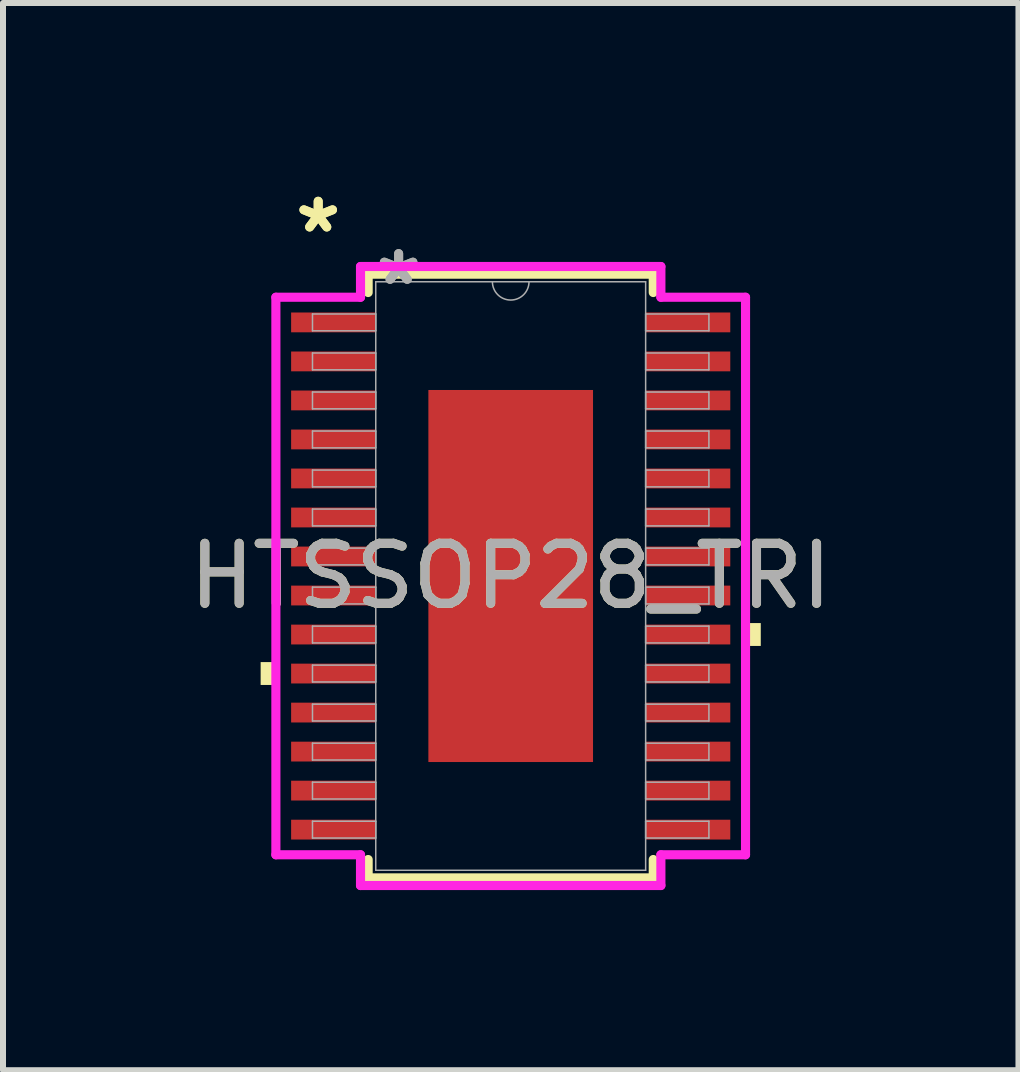
<source format=kicad_pcb>
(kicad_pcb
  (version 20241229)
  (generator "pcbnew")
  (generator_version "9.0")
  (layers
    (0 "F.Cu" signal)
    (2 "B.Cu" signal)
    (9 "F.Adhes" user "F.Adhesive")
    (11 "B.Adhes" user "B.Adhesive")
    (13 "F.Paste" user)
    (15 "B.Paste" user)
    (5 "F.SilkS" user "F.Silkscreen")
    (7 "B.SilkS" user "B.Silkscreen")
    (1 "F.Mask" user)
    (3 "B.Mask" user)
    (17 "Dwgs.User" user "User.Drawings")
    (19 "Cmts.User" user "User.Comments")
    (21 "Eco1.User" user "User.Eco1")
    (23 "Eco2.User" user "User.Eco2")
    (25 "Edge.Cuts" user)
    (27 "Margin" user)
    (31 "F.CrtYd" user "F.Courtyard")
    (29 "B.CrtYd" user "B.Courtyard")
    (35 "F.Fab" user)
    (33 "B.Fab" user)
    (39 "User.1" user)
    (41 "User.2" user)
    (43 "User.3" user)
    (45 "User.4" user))
  (footprint "HTSSOP28_TRI"
    (layer "F.Cu")
    (at 5.458 6.546)
    (property "Reference" "HTSSOP28_TRI" (at 0 0 0) (unlocked yes) (layer "F.SilkS") (effects (font (size 1 1) (thickness 0.15))))
    (attr smd)
    (fp_line (start -2.375 -5.029) (end -2.375 -4.723) (stroke (width 0.152) (type solid)) (layer "F.SilkS"))
    (fp_line (start -2.375 4.723) (end -2.375 5.029) (stroke (width 0.152) (type solid)) (layer "F.SilkS"))
    (fp_line (start -2.375 5.029) (end 2.375 5.029) (stroke (width 0.152) (type solid)) (layer "F.SilkS"))
    (fp_line (start 2.375 -5.029) (end -2.375 -5.029) (stroke (width 0.152) (type solid)) (layer "F.SilkS"))
    (fp_line (start 2.375 -4.723) (end 2.375 -5.029) (stroke (width 0.152) (type solid)) (layer "F.SilkS"))
    (fp_line (start 2.375 5.029) (end 2.375 4.723) (stroke (width 0.152) (type solid)) (layer "F.SilkS"))
    (fp_poly (pts (xy -4.166 1.434) (xy -4.166 1.815) (xy -3.912 1.815) (xy -3.912 1.434)) (stroke (width 0) (type solid)) (fill yes) (layer "F.SilkS"))
    (fp_poly (pts (xy 4.166 0.784) (xy 4.166 1.165) (xy 3.912 1.165) (xy 3.912 0.784)) (stroke (width 0) (type solid)) (fill yes) (layer "F.SilkS"))
    (fp_poly (pts (xy -1.272 -2.999) (xy -1.272 -1.649) (xy -0.1 -1.649) (xy -0.1 -2.999)) (stroke (width 0) (type solid)) (fill yes) (layer "F.Paste"))
    (fp_poly (pts (xy -1.272 -1.449) (xy -1.272 -0.1) (xy -0.1 -0.1) (xy -0.1 -1.449)) (stroke (width 0) (type solid)) (fill yes) (layer "F.Paste"))
    (fp_poly (pts (xy -1.272 0.1) (xy -1.272 1.449) (xy -0.1 1.449) (xy -0.1 0.1)) (stroke (width 0) (type solid)) (fill yes) (layer "F.Paste"))
    (fp_poly (pts (xy -1.272 1.649) (xy -1.272 2.999) (xy -0.1 2.999) (xy -0.1 1.649)) (stroke (width 0) (type solid)) (fill yes) (layer "F.Paste"))
    (fp_poly (pts (xy 0.1 -2.999) (xy 0.1 -1.649) (xy 1.272 -1.649) (xy 1.272 -2.999)) (stroke (width 0) (type solid)) (fill yes) (layer "F.Paste"))
    (fp_poly (pts (xy 0.1 -1.449) (xy 0.1 -0.1) (xy 1.272 -0.1) (xy 1.272 -1.449)) (stroke (width 0) (type solid)) (fill yes) (layer "F.Paste"))
    (fp_poly (pts (xy 0.1 0.1) (xy 0.1 1.449) (xy 1.272 1.449) (xy 1.272 0.1)) (stroke (width 0) (type solid)) (fill yes) (layer "F.Paste"))
    (fp_poly (pts (xy 0.1 1.649) (xy 0.1 2.999) (xy 1.272 2.999) (xy 1.272 1.649)) (stroke (width 0) (type solid)) (fill yes) (layer "F.Paste"))
    (fp_line (start -3.912 -4.644) (end -2.502 -4.644) (stroke (width 0.152) (type solid)) (layer "F.CrtYd"))
    (fp_line (start -3.912 4.644) (end -3.912 -4.644) (stroke (width 0.152) (type solid)) (layer "F.CrtYd"))
    (fp_line (start -3.912 4.644) (end -2.502 4.644) (stroke (width 0.152) (type solid)) (layer "F.CrtYd"))
    (fp_line (start -2.502 -5.156) (end 2.502 -5.156) (stroke (width 0.152) (type solid)) (layer "F.CrtYd"))
    (fp_line (start -2.502 -4.644) (end -2.502 -5.156) (stroke (width 0.152) (type solid)) (layer "F.CrtYd"))
    (fp_line (start -2.502 5.156) (end -2.502 4.644) (stroke (width 0.152) (type solid)) (layer "F.CrtYd"))
    (fp_line (start 2.502 -5.156) (end 2.502 -4.644) (stroke (width 0.152) (type solid)) (layer "F.CrtYd"))
    (fp_line (start 2.502 4.644) (end 2.502 5.156) (stroke (width 0.152) (type solid)) (layer "F.CrtYd"))
    (fp_line (start 2.502 5.156) (end -2.502 5.156) (stroke (width 0.152) (type solid)) (layer "F.CrtYd"))
    (fp_line (start 3.912 -4.644) (end 2.502 -4.644) (stroke (width 0.152) (type solid)) (layer "F.CrtYd"))
    (fp_line (start 3.912 -4.644) (end 3.912 4.644) (stroke (width 0.152) (type solid)) (layer "F.CrtYd"))
    (fp_line (start 3.912 4.644) (end 2.502 4.644) (stroke (width 0.152) (type solid)) (layer "F.CrtYd"))
    (fp_line (start -3.302 -4.365) (end -3.302 -4.085) (stroke (width 0.025) (type solid)) (layer "F.Fab"))
    (fp_line (start -3.302 -4.085) (end -2.248 -4.085) (stroke (width 0.025) (type solid)) (layer "F.Fab"))
    (fp_line (start -3.302 -3.715) (end -3.302 -3.435) (stroke (width 0.025) (type solid)) (layer "F.Fab"))
    (fp_line (start -3.302 -3.435) (end -2.248 -3.435) (stroke (width 0.025) (type solid)) (layer "F.Fab"))
    (fp_line (start -3.302 -3.065) (end -3.302 -2.785) (stroke (width 0.025) (type solid)) (layer "F.Fab"))
    (fp_line (start -3.302 -2.785) (end -2.248 -2.785) (stroke (width 0.025) (type solid)) (layer "F.Fab"))
    (fp_line (start -3.302 -2.415) (end -3.302 -2.135) (stroke (width 0.025) (type solid)) (layer "F.Fab"))
    (fp_line (start -3.302 -2.135) (end -2.248 -2.135) (stroke (width 0.025) (type solid)) (layer "F.Fab"))
    (fp_line (start -3.302 -1.765) (end -3.302 -1.485) (stroke (width 0.025) (type solid)) (layer "F.Fab"))
    (fp_line (start -3.302 -1.485) (end -2.248 -1.485) (stroke (width 0.025) (type solid)) (layer "F.Fab"))
    (fp_line (start -3.302 -1.115) (end -3.302 -0.835) (stroke (width 0.025) (type solid)) (layer "F.Fab"))
    (fp_line (start -3.302 -0.835) (end -2.248 -0.835) (stroke (width 0.025) (type solid)) (layer "F.Fab"))
    (fp_line (start -3.302 -0.465) (end -3.302 -0.185) (stroke (width 0.025) (type solid)) (layer "F.Fab"))
    (fp_line (start -3.302 -0.185) (end -2.248 -0.185) (stroke (width 0.025) (type solid)) (layer "F.Fab"))
    (fp_line (start -3.302 0.185) (end -3.302 0.465) (stroke (width 0.025) (type solid)) (layer "F.Fab"))
    (fp_line (start -3.302 0.465) (end -2.248 0.465) (stroke (width 0.025) (type solid)) (layer "F.Fab"))
    (fp_line (start -3.302 0.835) (end -3.302 1.115) (stroke (width 0.025) (type solid)) (layer "F.Fab"))
    (fp_line (start -3.302 1.115) (end -2.248 1.115) (stroke (width 0.025) (type solid)) (layer "F.Fab"))
    (fp_line (start -3.302 1.485) (end -3.302 1.765) (stroke (width 0.025) (type solid)) (layer "F.Fab"))
    (fp_line (start -3.302 1.765) (end -2.248 1.765) (stroke (width 0.025) (type solid)) (layer "F.Fab"))
    (fp_line (start -3.302 2.135) (end -3.302 2.415) (stroke (width 0.025) (type solid)) (layer "F.Fab"))
    (fp_line (start -3.302 2.415) (end -2.248 2.415) (stroke (width 0.025) (type solid)) (layer "F.Fab"))
    (fp_line (start -3.302 2.785) (end -3.302 3.065) (stroke (width 0.025) (type solid)) (layer "F.Fab"))
    (fp_line (start -3.302 3.065) (end -2.248 3.065) (stroke (width 0.025) (type solid)) (layer "F.Fab"))
    (fp_line (start -3.302 3.435) (end -3.302 3.715) (stroke (width 0.025) (type solid)) (layer "F.Fab"))
    (fp_line (start -3.302 3.715) (end -2.248 3.715) (stroke (width 0.025) (type solid)) (layer "F.Fab"))
    (fp_line (start -3.302 4.085) (end -3.302 4.365) (stroke (width 0.025) (type solid)) (layer "F.Fab"))
    (fp_line (start -3.302 4.365) (end -2.248 4.365) (stroke (width 0.025) (type solid)) (layer "F.Fab"))
    (fp_line (start -2.248 -4.902) (end -2.248 4.902) (stroke (width 0.025) (type solid)) (layer "F.Fab"))
    (fp_line (start -2.248 -4.365) (end -3.302 -4.365) (stroke (width 0.025) (type solid)) (layer "F.Fab"))
    (fp_line (start -2.248 -4.085) (end -2.248 -4.365) (stroke (width 0.025) (type solid)) (layer "F.Fab"))
    (fp_line (start -2.248 -3.715) (end -3.302 -3.715) (stroke (width 0.025) (type solid)) (layer "F.Fab"))
    (fp_line (start -2.248 -3.435) (end -2.248 -3.715) (stroke (width 0.025) (type solid)) (layer "F.Fab"))
    (fp_line (start -2.248 -3.065) (end -3.302 -3.065) (stroke (width 0.025) (type solid)) (layer "F.Fab"))
    (fp_line (start -2.248 -2.785) (end -2.248 -3.065) (stroke (width 0.025) (type solid)) (layer "F.Fab"))
    (fp_line (start -2.248 -2.415) (end -3.302 -2.415) (stroke (width 0.025) (type solid)) (layer "F.Fab"))
    (fp_line (start -2.248 -2.135) (end -2.248 -2.415) (stroke (width 0.025) (type solid)) (layer "F.Fab"))
    (fp_line (start -2.248 -1.765) (end -3.302 -1.765) (stroke (width 0.025) (type solid)) (layer "F.Fab"))
    (fp_line (start -2.248 -1.485) (end -2.248 -1.765) (stroke (width 0.025) (type solid)) (layer "F.Fab"))
    (fp_line (start -2.248 -1.115) (end -3.302 -1.115) (stroke (width 0.025) (type solid)) (layer "F.Fab"))
    (fp_line (start -2.248 -0.835) (end -2.248 -1.115) (stroke (width 0.025) (type solid)) (layer "F.Fab"))
    (fp_line (start -2.248 -0.465) (end -3.302 -0.465) (stroke (width 0.025) (type solid)) (layer "F.Fab"))
    (fp_line (start -2.248 -0.185) (end -2.248 -0.465) (stroke (width 0.025) (type solid)) (layer "F.Fab"))
    (fp_line (start -2.248 0.185) (end -3.302 0.185) (stroke (width 0.025) (type solid)) (layer "F.Fab"))
    (fp_line (start -2.248 0.465) (end -2.248 0.185) (stroke (width 0.025) (type solid)) (layer "F.Fab"))
    (fp_line (start -2.248 0.835) (end -3.302 0.835) (stroke (width 0.025) (type solid)) (layer "F.Fab"))
    (fp_line (start -2.248 1.115) (end -2.248 0.835) (stroke (width 0.025) (type solid)) (layer "F.Fab"))
    (fp_line (start -2.248 1.485) (end -3.302 1.485) (stroke (width 0.025) (type solid)) (layer "F.Fab"))
    (fp_line (start -2.248 1.765) (end -2.248 1.485) (stroke (width 0.025) (type solid)) (layer "F.Fab"))
    (fp_line (start -2.248 2.135) (end -3.302 2.135) (stroke (width 0.025) (type solid)) (layer "F.Fab"))
    (fp_line (start -2.248 2.415) (end -2.248 2.135) (stroke (width 0.025) (type solid)) (layer "F.Fab"))
    (fp_line (start -2.248 2.785) (end -3.302 2.785) (stroke (width 0.025) (type solid)) (layer "F.Fab"))
    (fp_line (start -2.248 3.065) (end -2.248 2.785) (stroke (width 0.025) (type solid)) (layer "F.Fab"))
    (fp_line (start -2.248 3.435) (end -3.302 3.435) (stroke (width 0.025) (type solid)) (layer "F.Fab"))
    (fp_line (start -2.248 3.715) (end -2.248 3.435) (stroke (width 0.025) (type solid)) (layer "F.Fab"))
    (fp_line (start -2.248 4.085) (end -3.302 4.085) (stroke (width 0.025) (type solid)) (layer "F.Fab"))
    (fp_line (start -2.248 4.365) (end -2.248 4.085) (stroke (width 0.025) (type solid)) (layer "F.Fab"))
    (fp_line (start -2.248 4.902) (end 2.248 4.902) (stroke (width 0.025) (type solid)) (layer "F.Fab"))
    (fp_line (start 2.248 -4.902) (end -2.248 -4.902) (stroke (width 0.025) (type solid)) (layer "F.Fab"))
    (fp_line (start 2.248 -4.365) (end 2.248 -4.085) (stroke (width 0.025) (type solid)) (layer "F.Fab"))
    (fp_line (start 2.248 -4.085) (end 3.302 -4.085) (stroke (width 0.025) (type solid)) (layer "F.Fab"))
    (fp_line (start 2.248 -3.715) (end 2.248 -3.435) (stroke (width 0.025) (type solid)) (layer "F.Fab"))
    (fp_line (start 2.248 -3.435) (end 3.302 -3.435) (stroke (width 0.025) (type solid)) (layer "F.Fab"))
    (fp_line (start 2.248 -3.065) (end 2.248 -2.785) (stroke (width 0.025) (type solid)) (layer "F.Fab"))
    (fp_line (start 2.248 -2.785) (end 3.302 -2.785) (stroke (width 0.025) (type solid)) (layer "F.Fab"))
    (fp_line (start 2.248 -2.415) (end 2.248 -2.135) (stroke (width 0.025) (type solid)) (layer "F.Fab"))
    (fp_line (start 2.248 -2.135) (end 3.302 -2.135) (stroke (width 0.025) (type solid)) (layer "F.Fab"))
    (fp_line (start 2.248 -1.765) (end 2.248 -1.485) (stroke (width 0.025) (type solid)) (layer "F.Fab"))
    (fp_line (start 2.248 -1.485) (end 3.302 -1.485) (stroke (width 0.025) (type solid)) (layer "F.Fab"))
    (fp_line (start 2.248 -1.115) (end 2.248 -0.835) (stroke (width 0.025) (type solid)) (layer "F.Fab"))
    (fp_line (start 2.248 -0.835) (end 3.302 -0.835) (stroke (width 0.025) (type solid)) (layer "F.Fab"))
    (fp_line (start 2.248 -0.465) (end 2.248 -0.185) (stroke (width 0.025) (type solid)) (layer "F.Fab"))
    (fp_line (start 2.248 -0.185) (end 3.302 -0.185) (stroke (width 0.025) (type solid)) (layer "F.Fab"))
    (fp_line (start 2.248 0.185) (end 2.248 0.465) (stroke (width 0.025) (type solid)) (layer "F.Fab"))
    (fp_line (start 2.248 0.465) (end 3.302 0.465) (stroke (width 0.025) (type solid)) (layer "F.Fab"))
    (fp_line (start 2.248 0.835) (end 2.248 1.115) (stroke (width 0.025) (type solid)) (layer "F.Fab"))
    (fp_line (start 2.248 1.115) (end 3.302 1.115) (stroke (width 0.025) (type solid)) (layer "F.Fab"))
    (fp_line (start 2.248 1.485) (end 2.248 1.765) (stroke (width 0.025) (type solid)) (layer "F.Fab"))
    (fp_line (start 2.248 1.765) (end 3.302 1.765) (stroke (width 0.025) (type solid)) (layer "F.Fab"))
    (fp_line (start 2.248 2.135) (end 2.248 2.415) (stroke (width 0.025) (type solid)) (layer "F.Fab"))
    (fp_line (start 2.248 2.415) (end 3.302 2.415) (stroke (width 0.025) (type solid)) (layer "F.Fab"))
    (fp_line (start 2.248 2.785) (end 2.248 3.065) (stroke (width 0.025) (type solid)) (layer "F.Fab"))
    (fp_line (start 2.248 3.065) (end 3.302 3.065) (stroke (width 0.025) (type solid)) (layer "F.Fab"))
    (fp_line (start 2.248 3.435) (end 2.248 3.715) (stroke (width 0.025) (type solid)) (layer "F.Fab"))
    (fp_line (start 2.248 3.715) (end 3.302 3.715) (stroke (width 0.025) (type solid)) (layer "F.Fab"))
    (fp_line (start 2.248 4.085) (end 2.248 4.365) (stroke (width 0.025) (type solid)) (layer "F.Fab"))
    (fp_line (start 2.248 4.365) (end 3.302 4.365) (stroke (width 0.025) (type solid)) (layer "F.Fab"))
    (fp_line (start 2.248 4.902) (end 2.248 -4.902) (stroke (width 0.025) (type solid)) (layer "F.Fab"))
    (fp_line (start 3.302 -4.365) (end 2.248 -4.365) (stroke (width 0.025) (type solid)) (layer "F.Fab"))
    (fp_line (start 3.302 -4.085) (end 3.302 -4.365) (stroke (width 0.025) (type solid)) (layer "F.Fab"))
    (fp_line (start 3.302 -3.715) (end 2.248 -3.715) (stroke (width 0.025) (type solid)) (layer "F.Fab"))
    (fp_line (start 3.302 -3.435) (end 3.302 -3.715) (stroke (width 0.025) (type solid)) (layer "F.Fab"))
    (fp_line (start 3.302 -3.065) (end 2.248 -3.065) (stroke (width 0.025) (type solid)) (layer "F.Fab"))
    (fp_line (start 3.302 -2.785) (end 3.302 -3.065) (stroke (width 0.025) (type solid)) (layer "F.Fab"))
    (fp_line (start 3.302 -2.415) (end 2.248 -2.415) (stroke (width 0.025) (type solid)) (layer "F.Fab"))
    (fp_line (start 3.302 -2.135) (end 3.302 -2.415) (stroke (width 0.025) (type solid)) (layer "F.Fab"))
    (fp_line (start 3.302 -1.765) (end 2.248 -1.765) (stroke (width 0.025) (type solid)) (layer "F.Fab"))
    (fp_line (start 3.302 -1.485) (end 3.302 -1.765) (stroke (width 0.025) (type solid)) (layer "F.Fab"))
    (fp_line (start 3.302 -1.115) (end 2.248 -1.115) (stroke (width 0.025) (type solid)) (layer "F.Fab"))
    (fp_line (start 3.302 -0.835) (end 3.302 -1.115) (stroke (width 0.025) (type solid)) (layer "F.Fab"))
    (fp_line (start 3.302 -0.465) (end 2.248 -0.465) (stroke (width 0.025) (type solid)) (layer "F.Fab"))
    (fp_line (start 3.302 -0.185) (end 3.302 -0.465) (stroke (width 0.025) (type solid)) (layer "F.Fab"))
    (fp_line (start 3.302 0.185) (end 2.248 0.185) (stroke (width 0.025) (type solid)) (layer "F.Fab"))
    (fp_line (start 3.302 0.465) (end 3.302 0.185) (stroke (width 0.025) (type solid)) (layer "F.Fab"))
    (fp_line (start 3.302 0.835) (end 2.248 0.835) (stroke (width 0.025) (type solid)) (layer "F.Fab"))
    (fp_line (start 3.302 1.115) (end 3.302 0.835) (stroke (width 0.025) (type solid)) (layer "F.Fab"))
    (fp_line (start 3.302 1.485) (end 2.248 1.485) (stroke (width 0.025) (type solid)) (layer "F.Fab"))
    (fp_line (start 3.302 1.765) (end 3.302 1.485) (stroke (width 0.025) (type solid)) (layer "F.Fab"))
    (fp_line (start 3.302 2.135) (end 2.248 2.135) (stroke (width 0.025) (type solid)) (layer "F.Fab"))
    (fp_line (start 3.302 2.415) (end 3.302 2.135) (stroke (width 0.025) (type solid)) (layer "F.Fab"))
    (fp_line (start 3.302 2.785) (end 2.248 2.785) (stroke (width 0.025) (type solid)) (layer "F.Fab"))
    (fp_line (start 3.302 3.065) (end 3.302 2.785) (stroke (width 0.025) (type solid)) (layer "F.Fab"))
    (fp_line (start 3.302 3.435) (end 2.248 3.435) (stroke (width 0.025) (type solid)) (layer "F.Fab"))
    (fp_line (start 3.302 3.715) (end 3.302 3.435) (stroke (width 0.025) (type solid)) (layer "F.Fab"))
    (fp_line (start 3.302 4.085) (end 2.248 4.085) (stroke (width 0.025) (type solid)) (layer "F.Fab"))
    (fp_line (start 3.302 4.365) (end 3.302 4.085) (stroke (width 0.025) (type solid)) (layer "F.Fab"))
    (fp_arc (start 0.3048 -4.9022) (mid 0 -4.5974) (end -0.3048 -4.9022) (stroke (width 0.0254) (type solid)) (layer "F.Fab"))
    (fp_text user "*" (at -3.207 -5.698 0) (unlocked yes) (layer "F.SilkS") (effects (font (size 1 1) (thickness 0.15))))
    (fp_text user "*" (at -3.207 -5.698 0) (layer "F.SilkS") (effects (font (size 1 1) (thickness 0.15))))
    (fp_text user "*" (at -1.867 -4.826 0) (layer "F.Fab") (effects (font (size 1 1) (thickness 0.15))))
    (fp_text user "*" (at -1.867 -4.826 0) (unlocked yes) (layer "F.Fab") (effects (font (size 1 1) (thickness 0.15))))
    (fp_text user "${REFERENCE}" (at 0 0 0) (unlocked yes) (layer "F.Fab") (effects (font (size 1 1) (thickness 0.15))))
    (pad "1" smd rect (at -2.953 -4.225) (size 1.41 0.33) (layers "F.Cu" "F.Mask" "F.Paste"))
    (pad "2" smd rect (at -2.953 -3.575) (size 1.41 0.33) (layers "F.Cu" "F.Mask" "F.Paste"))
    (pad "3" smd rect (at -2.953 -2.925) (size 1.41 0.33) (layers "F.Cu" "F.Mask" "F.Paste"))
    (pad "4" smd rect (at -2.953 -2.275) (size 1.41 0.33) (layers "F.Cu" "F.Mask" "F.Paste"))
    (pad "5" smd rect (at -2.953 -1.625) (size 1.41 0.33) (layers "F.Cu" "F.Mask" "F.Paste"))
    (pad "6" smd rect (at -2.953 -0.975) (size 1.41 0.33) (layers "F.Cu" "F.Mask" "F.Paste"))
    (pad "7" smd rect (at -2.953 -0.325) (size 1.41 0.33) (layers "F.Cu" "F.Mask" "F.Paste"))
    (pad "8" smd rect (at -2.953 0.325) (size 1.41 0.33) (layers "F.Cu" "F.Mask" "F.Paste"))
    (pad "9" smd rect (at -2.953 0.975) (size 1.41 0.33) (layers "F.Cu" "F.Mask" "F.Paste"))
    (pad "10" smd rect (at -2.953 1.625) (size 1.41 0.33) (layers "F.Cu" "F.Mask" "F.Paste"))
    (pad "11" smd rect (at -2.953 2.275) (size 1.41 0.33) (layers "F.Cu" "F.Mask" "F.Paste"))
    (pad "12" smd rect (at -2.953 2.925) (size 1.41 0.33) (layers "F.Cu" "F.Mask" "F.Paste"))
    (pad "13" smd rect (at -2.953 3.575) (size 1.41 0.33) (layers "F.Cu" "F.Mask" "F.Paste"))
    (pad "14" smd rect (at -2.953 4.225) (size 1.41 0.33) (layers "F.Cu" "F.Mask" "F.Paste"))
    (pad "15" smd rect (at 2.953 4.225) (size 1.41 0.33) (layers "F.Cu" "F.Mask" "F.Paste"))
    (pad "16" smd rect (at 2.953 3.575) (size 1.41 0.33) (layers "F.Cu" "F.Mask" "F.Paste"))
    (pad "17" smd rect (at 2.953 2.925) (size 1.41 0.33) (layers "F.Cu" "F.Mask" "F.Paste"))
    (pad "18" smd rect (at 2.953 2.275) (size 1.41 0.33) (layers "F.Cu" "F.Mask" "F.Paste"))
    (pad "19" smd rect (at 2.953 1.625) (size 1.41 0.33) (layers "F.Cu" "F.Mask" "F.Paste"))
    (pad "20" smd rect (at 2.953 0.975) (size 1.41 0.33) (layers "F.Cu" "F.Mask" "F.Paste"))
    (pad "21" smd rect (at 2.953 0.325) (size 1.41 0.33) (layers "F.Cu" "F.Mask" "F.Paste"))
    (pad "22" smd rect (at 2.953 -0.325) (size 1.41 0.33) (layers "F.Cu" "F.Mask" "F.Paste"))
    (pad "23" smd rect (at 2.953 -0.975) (size 1.41 0.33) (layers "F.Cu" "F.Mask" "F.Paste"))
    (pad "24" smd rect (at 2.953 -1.625) (size 1.41 0.33) (layers "F.Cu" "F.Mask" "F.Paste"))
    (pad "25" smd rect (at 2.953 -2.275) (size 1.41 0.33) (layers "F.Cu" "F.Mask" "F.Paste"))
    (pad "26" smd rect (at 2.953 -2.925) (size 1.41 0.33) (layers "F.Cu" "F.Mask" "F.Paste"))
    (pad "27" smd rect (at 2.953 -3.575) (size 1.41 0.33) (layers "F.Cu" "F.Mask" "F.Paste"))
    (pad "28" smd rect (at 2.953 -4.225) (size 1.41 0.33) (layers "F.Cu" "F.Mask" "F.Paste"))
    (pad "EPAD" smd rect (at 0 0) (size 2.743 6.198) (layers "F.Cu" "F.Mask")))
  (gr_rect
    (start -3 -3)
    (end 13.917 14.779)
    (stroke (width 0.1) (type default))
    (fill no)
    (layer "Edge.Cuts")))
</source>
